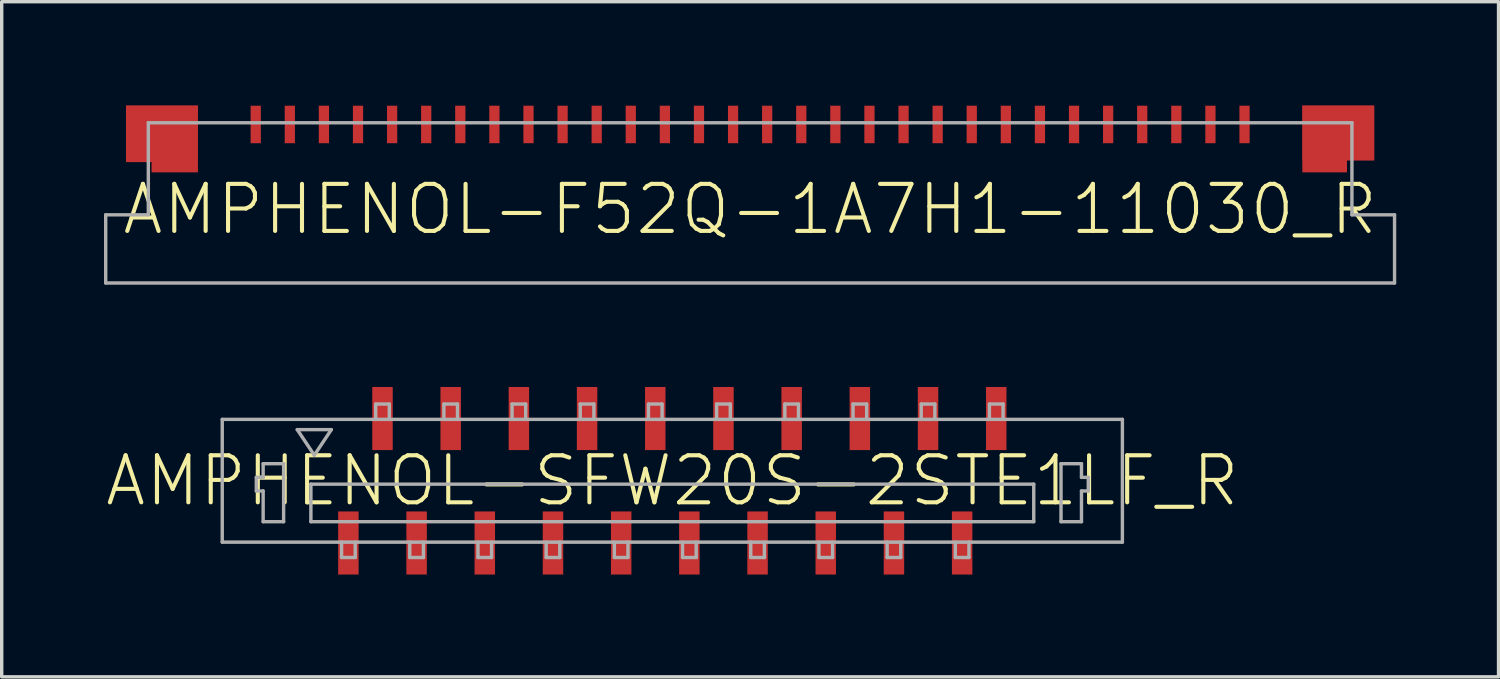
<source format=kicad_pcb>
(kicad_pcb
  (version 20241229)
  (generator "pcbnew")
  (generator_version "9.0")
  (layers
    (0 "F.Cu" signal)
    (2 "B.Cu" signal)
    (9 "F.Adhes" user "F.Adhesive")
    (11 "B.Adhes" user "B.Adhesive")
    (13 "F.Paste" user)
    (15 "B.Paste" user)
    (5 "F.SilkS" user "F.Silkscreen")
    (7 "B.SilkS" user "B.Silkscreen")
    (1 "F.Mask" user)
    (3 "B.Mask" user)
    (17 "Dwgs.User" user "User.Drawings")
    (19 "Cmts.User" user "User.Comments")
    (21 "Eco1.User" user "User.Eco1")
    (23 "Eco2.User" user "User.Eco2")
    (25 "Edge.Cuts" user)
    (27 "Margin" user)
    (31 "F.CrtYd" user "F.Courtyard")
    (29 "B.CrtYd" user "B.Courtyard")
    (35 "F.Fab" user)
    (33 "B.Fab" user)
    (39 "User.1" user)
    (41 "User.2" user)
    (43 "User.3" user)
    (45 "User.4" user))
  (footprint "AMPHENOL-SFW20S-2STE1LF_R"
    (layer "F.Cu")
    (at 16.668 11.05)
    (property "Reference" "AMPHENOL-SFW20S-2STE1LF_R" (at 0 0 0) (unlocked yes) (layer "F.SilkS") (effects (font (size 1.38 1.38) (thickness 0.12))))
    (fp_line (start -13.2 -1.8) (end -13.2 1.8) (stroke (width 0.1) (type solid)) (layer "F.Fab"))
    (fp_line (start -13.2 1.8) (end 13.2 1.8) (stroke (width 0.1) (type solid)) (layer "F.Fab"))
    (fp_line (start -12.2 -0.1) (end -12.2 0.3) (stroke (width 0.1) (type solid)) (layer "F.Fab"))
    (fp_line (start -12.2 0.3) (end -12 0.3) (stroke (width 0.1) (type solid)) (layer "F.Fab"))
    (fp_line (start -12 -0.5) (end -11.4 -0.5) (stroke (width 0.1) (type solid)) (layer "F.Fab"))
    (fp_line (start -12 -0.1) (end -12.2 -0.1) (stroke (width 0.1) (type solid)) (layer "F.Fab"))
    (fp_line (start -12 -0.1) (end -12 -0.5) (stroke (width 0.1) (type solid)) (layer "F.Fab"))
    (fp_line (start -12 1.2) (end -12 0.3) (stroke (width 0.1) (type solid)) (layer "F.Fab"))
    (fp_line (start -11.4 -0.5) (end -11.4 1.2) (stroke (width 0.1) (type solid)) (layer "F.Fab"))
    (fp_line (start -11.4 1.2) (end -12 1.2) (stroke (width 0.1) (type solid)) (layer "F.Fab"))
    (fp_line (start -11 -1.5) (end -10 -1.5) (stroke (width 0.1) (type solid)) (layer "F.Fab"))
    (fp_line (start -10.6 0.1) (end 10.6 0.1) (stroke (width 0.1) (type solid)) (layer "F.Fab"))
    (fp_line (start -10.6 1.2) (end -10.6 0.1) (stroke (width 0.1) (type solid)) (layer "F.Fab"))
    (fp_line (start -10.6 1.2) (end 10.6 1.2) (stroke (width 0.1) (type solid)) (layer "F.Fab"))
    (fp_line (start -10.5 -0.75) (end -11 -1.5) (stroke (width 0.1) (type solid)) (layer "F.Fab"))
    (fp_line (start -10 -1.5) (end -10.5 -0.75) (stroke (width 0.1) (type solid)) (layer "F.Fab"))
    (fp_line (start -9.7 1.8) (end -9.7 2.25) (stroke (width 0.1) (type solid)) (layer "F.Fab"))
    (fp_line (start -9.7 2.25) (end -9.3 2.25) (stroke (width 0.1) (type solid)) (layer "F.Fab"))
    (fp_line (start -9.3 1.8) (end -9.3 2.25) (stroke (width 0.1) (type solid)) (layer "F.Fab"))
    (fp_line (start -8.7 -1.8) (end -8.7 -2.25) (stroke (width 0.1) (type solid)) (layer "F.Fab"))
    (fp_line (start -8.3 -2.25) (end -8.7 -2.25) (stroke (width 0.1) (type solid)) (layer "F.Fab"))
    (fp_line (start -8.3 -1.8) (end -8.3 -2.25) (stroke (width 0.1) (type solid)) (layer "F.Fab"))
    (fp_line (start -7.7 1.8) (end -7.7 2.25) (stroke (width 0.1) (type solid)) (layer "F.Fab"))
    (fp_line (start -7.7 2.25) (end -7.3 2.25) (stroke (width 0.1) (type solid)) (layer "F.Fab"))
    (fp_line (start -7.3 1.8) (end -7.3 2.25) (stroke (width 0.1) (type solid)) (layer "F.Fab"))
    (fp_line (start -6.7 -1.8) (end -6.7 -2.25) (stroke (width 0.1) (type solid)) (layer "F.Fab"))
    (fp_line (start -6.3 -2.25) (end -6.7 -2.25) (stroke (width 0.1) (type solid)) (layer "F.Fab"))
    (fp_line (start -6.3 -1.8) (end -6.3 -2.25) (stroke (width 0.1) (type solid)) (layer "F.Fab"))
    (fp_line (start -5.7 1.8) (end -5.7 2.25) (stroke (width 0.1) (type solid)) (layer "F.Fab"))
    (fp_line (start -5.7 2.25) (end -5.3 2.25) (stroke (width 0.1) (type solid)) (layer "F.Fab"))
    (fp_line (start -5.3 1.8) (end -5.3 2.25) (stroke (width 0.1) (type solid)) (layer "F.Fab"))
    (fp_line (start -4.7 -1.8) (end -4.7 -2.25) (stroke (width 0.1) (type solid)) (layer "F.Fab"))
    (fp_line (start -4.3 -2.25) (end -4.7 -2.25) (stroke (width 0.1) (type solid)) (layer "F.Fab"))
    (fp_line (start -4.3 -1.8) (end -4.3 -2.25) (stroke (width 0.1) (type solid)) (layer "F.Fab"))
    (fp_line (start -3.7 1.8) (end -3.7 2.25) (stroke (width 0.1) (type solid)) (layer "F.Fab"))
    (fp_line (start -3.7 2.25) (end -3.3 2.25) (stroke (width 0.1) (type solid)) (layer "F.Fab"))
    (fp_line (start -3.3 1.8) (end -3.3 2.25) (stroke (width 0.1) (type solid)) (layer "F.Fab"))
    (fp_line (start -2.7 -1.8) (end -2.7 -2.25) (stroke (width 0.1) (type solid)) (layer "F.Fab"))
    (fp_line (start -2.3 -2.25) (end -2.7 -2.25) (stroke (width 0.1) (type solid)) (layer "F.Fab"))
    (fp_line (start -2.3 -1.8) (end -2.3 -2.25) (stroke (width 0.1) (type solid)) (layer "F.Fab"))
    (fp_line (start -1.7 1.8) (end -1.7 2.25) (stroke (width 0.1) (type solid)) (layer "F.Fab"))
    (fp_line (start -1.7 2.25) (end -1.3 2.25) (stroke (width 0.1) (type solid)) (layer "F.Fab"))
    (fp_line (start -1.3 1.8) (end -1.3 2.25) (stroke (width 0.1) (type solid)) (layer "F.Fab"))
    (fp_line (start -0.7 -1.8) (end -0.7 -2.25) (stroke (width 0.1) (type solid)) (layer "F.Fab"))
    (fp_line (start -0.3 -2.25) (end -0.7 -2.25) (stroke (width 0.1) (type solid)) (layer "F.Fab"))
    (fp_line (start -0.3 -1.8) (end -0.3 -2.25) (stroke (width 0.1) (type solid)) (layer "F.Fab"))
    (fp_line (start 0.3 1.8) (end 0.3 2.25) (stroke (width 0.1) (type solid)) (layer "F.Fab"))
    (fp_line (start 0.3 2.25) (end 0.7 2.25) (stroke (width 0.1) (type solid)) (layer "F.Fab"))
    (fp_line (start 0.7 1.8) (end 0.7 2.25) (stroke (width 0.1) (type solid)) (layer "F.Fab"))
    (fp_line (start 1.3 -1.8) (end 1.3 -2.25) (stroke (width 0.1) (type solid)) (layer "F.Fab"))
    (fp_line (start 1.7 -2.25) (end 1.3 -2.25) (stroke (width 0.1) (type solid)) (layer "F.Fab"))
    (fp_line (start 1.7 -1.8) (end 1.7 -2.25) (stroke (width 0.1) (type solid)) (layer "F.Fab"))
    (fp_line (start 2.3 1.8) (end 2.3 2.25) (stroke (width 0.1) (type solid)) (layer "F.Fab"))
    (fp_line (start 2.3 2.25) (end 2.7 2.25) (stroke (width 0.1) (type solid)) (layer "F.Fab"))
    (fp_line (start 2.7 1.8) (end 2.7 2.25) (stroke (width 0.1) (type solid)) (layer "F.Fab"))
    (fp_line (start 3.3 -1.8) (end 3.3 -2.25) (stroke (width 0.1) (type solid)) (layer "F.Fab"))
    (fp_line (start 3.7 -2.25) (end 3.3 -2.25) (stroke (width 0.1) (type solid)) (layer "F.Fab"))
    (fp_line (start 3.7 -1.8) (end 3.7 -2.25) (stroke (width 0.1) (type solid)) (layer "F.Fab"))
    (fp_line (start 4.3 1.8) (end 4.3 2.25) (stroke (width 0.1) (type solid)) (layer "F.Fab"))
    (fp_line (start 4.3 2.25) (end 4.7 2.25) (stroke (width 0.1) (type solid)) (layer "F.Fab"))
    (fp_line (start 4.7 1.8) (end 4.7 2.25) (stroke (width 0.1) (type solid)) (layer "F.Fab"))
    (fp_line (start 5.3 -1.8) (end 5.3 -2.25) (stroke (width 0.1) (type solid)) (layer "F.Fab"))
    (fp_line (start 5.7 -2.25) (end 5.3 -2.25) (stroke (width 0.1) (type solid)) (layer "F.Fab"))
    (fp_line (start 5.7 -1.8) (end 5.7 -2.25) (stroke (width 0.1) (type solid)) (layer "F.Fab"))
    (fp_line (start 6.3 1.8) (end 6.3 2.25) (stroke (width 0.1) (type solid)) (layer "F.Fab"))
    (fp_line (start 6.3 2.25) (end 6.7 2.25) (stroke (width 0.1) (type solid)) (layer "F.Fab"))
    (fp_line (start 6.7 1.8) (end 6.7 2.25) (stroke (width 0.1) (type solid)) (layer "F.Fab"))
    (fp_line (start 7.3 -1.8) (end 7.3 -2.25) (stroke (width 0.1) (type solid)) (layer "F.Fab"))
    (fp_line (start 7.7 -2.25) (end 7.3 -2.25) (stroke (width 0.1) (type solid)) (layer "F.Fab"))
    (fp_line (start 7.7 -1.8) (end 7.7 -2.25) (stroke (width 0.1) (type solid)) (layer "F.Fab"))
    (fp_line (start 8.3 1.8) (end 8.3 2.25) (stroke (width 0.1) (type solid)) (layer "F.Fab"))
    (fp_line (start 8.3 2.25) (end 8.7 2.25) (stroke (width 0.1) (type solid)) (layer "F.Fab"))
    (fp_line (start 8.7 1.8) (end 8.7 2.25) (stroke (width 0.1) (type solid)) (layer "F.Fab"))
    (fp_line (start 9.3 -1.8) (end 9.3 -2.25) (stroke (width 0.1) (type solid)) (layer "F.Fab"))
    (fp_line (start 9.7 -2.25) (end 9.3 -2.25) (stroke (width 0.1) (type solid)) (layer "F.Fab"))
    (fp_line (start 9.7 -1.8) (end 9.7 -2.25) (stroke (width 0.1) (type solid)) (layer "F.Fab"))
    (fp_line (start 10.6 1.2) (end 10.6 0.1) (stroke (width 0.1) (type solid)) (layer "F.Fab"))
    (fp_line (start 11.4 -0.5) (end 12 -0.5) (stroke (width 0.1) (type solid)) (layer "F.Fab"))
    (fp_line (start 11.4 1.2) (end 11.4 -0.5) (stroke (width 0.1) (type solid)) (layer "F.Fab"))
    (fp_line (start 12 -0.5) (end 12 -0.1) (stroke (width 0.1) (type solid)) (layer "F.Fab"))
    (fp_line (start 12 0.3) (end 12 1.2) (stroke (width 0.1) (type solid)) (layer "F.Fab"))
    (fp_line (start 12 0.3) (end 12.2 0.3) (stroke (width 0.1) (type solid)) (layer "F.Fab"))
    (fp_line (start 12 1.2) (end 11.4 1.2) (stroke (width 0.1) (type solid)) (layer "F.Fab"))
    (fp_line (start 12.2 -0.1) (end 12 -0.1) (stroke (width 0.1) (type solid)) (layer "F.Fab"))
    (fp_line (start 12.2 0.3) (end 12.2 -0.1) (stroke (width 0.1) (type solid)) (layer "F.Fab"))
    (fp_line (start 13.2 -1.8) (end -13.2 -1.8) (stroke (width 0.1) (type solid)) (layer "F.Fab"))
    (fp_line (start 13.2 1.8) (end 13.2 -1.8) (stroke (width 0.1) (type solid)) (layer "F.Fab"))
    (pad "1" smd rect (at -9.5 1.825 180) (size 0.6 1.85) (layers "F.Cu" "F.Mask" "F.Paste"))
    (pad "2" smd rect (at -8.5 -1.825) (size 0.6 1.85) (layers "F.Cu" "F.Mask" "F.Paste"))
    (pad "3" smd rect (at -7.5 1.825 180) (size 0.6 1.85) (layers "F.Cu" "F.Mask" "F.Paste"))
    (pad "4" smd rect (at -6.5 -1.825) (size 0.6 1.85) (layers "F.Cu" "F.Mask" "F.Paste"))
    (pad "5" smd rect (at -5.5 1.825 180) (size 0.6 1.85) (layers "F.Cu" "F.Mask" "F.Paste"))
    (pad "6" smd rect (at -4.5 -1.825) (size 0.6 1.85) (layers "F.Cu" "F.Mask" "F.Paste"))
    (pad "7" smd rect (at -3.5 1.825 180) (size 0.6 1.85) (layers "F.Cu" "F.Mask" "F.Paste"))
    (pad "8" smd rect (at -2.5 -1.825) (size 0.6 1.85) (layers "F.Cu" "F.Mask" "F.Paste"))
    (pad "9" smd rect (at -1.5 1.825 180) (size 0.6 1.85) (layers "F.Cu" "F.Mask" "F.Paste"))
    (pad "10" smd rect (at -0.5 -1.825) (size 0.6 1.85) (layers "F.Cu" "F.Mask" "F.Paste"))
    (pad "11" smd rect (at 0.5 1.825 180) (size 0.6 1.85) (layers "F.Cu" "F.Mask" "F.Paste"))
    (pad "12" smd rect (at 1.5 -1.825) (size 0.6 1.85) (layers "F.Cu" "F.Mask" "F.Paste"))
    (pad "13" smd rect (at 2.5 1.825 180) (size 0.6 1.85) (layers "F.Cu" "F.Mask" "F.Paste"))
    (pad "14" smd rect (at 3.5 -1.825) (size 0.6 1.85) (layers "F.Cu" "F.Mask" "F.Paste"))
    (pad "15" smd rect (at 4.5 1.825 180) (size 0.6 1.85) (layers "F.Cu" "F.Mask" "F.Paste"))
    (pad "16" smd rect (at 5.5 -1.825) (size 0.6 1.85) (layers "F.Cu" "F.Mask" "F.Paste"))
    (pad "17" smd rect (at 6.5 1.825 180) (size 0.6 1.85) (layers "F.Cu" "F.Mask" "F.Paste"))
    (pad "18" smd rect (at 7.5 -1.825) (size 0.6 1.85) (layers "F.Cu" "F.Mask" "F.Paste"))
    (pad "19" smd rect (at 8.5 1.825 180) (size 0.6 1.85) (layers "F.Cu" "F.Mask" "F.Paste"))
    (pad "20" smd rect (at 9.5 -1.825) (size 0.6 1.85) (layers "F.Cu" "F.Mask" "F.Paste")))
  (footprint "AMPHENOL-F52Q-1A7H1-11030_R"
    (layer "F.Cu")
    (at 18.95 0.55)
    (property "Reference" "AMPHENOL-F52Q-1A7H1-11030_R" (at 0 2.54 0) (unlocked yes) (layer "F.SilkS") (effects (font (size 1.38 1.38) (thickness 0.12))))
    (fp_poly (pts (xy -16.195 1.455) (xy -17.555 1.455) (xy -17.555 1.155) (xy -18.305 1.155) (xy -18.305 -0.505) (xy -16.195 -0.505)) (stroke (width 0) (type default)) (fill yes) (layer "F.Cu"))
    (fp_poly (pts (xy 18.305 1.105) (xy 17.505 1.105) (xy 17.505 1.455) (xy 16.195 1.455) (xy 16.195 -0.505) (xy 18.305 -0.505)) (stroke (width 0) (type default)) (fill yes) (layer "F.Cu"))
    (fp_poly (pts (xy -16.15 1.5) (xy -17.6 1.5) (xy -17.6 1.2) (xy -18.35 1.2) (xy -18.35 -0.55) (xy -16.15 -0.55)) (stroke (width 0) (type default)) (fill yes) (layer "F.Mask"))
    (fp_poly (pts (xy 18.35 1.15) (xy 17.55 1.15) (xy 17.55 1.5) (xy 16.15 1.5) (xy 16.15 -0.55) (xy 18.35 -0.55)) (stroke (width 0) (type default)) (fill yes) (layer "F.Mask"))
    (fp_poly (pts (xy -16.195 1.455) (xy -17.555 1.455) (xy -17.555 1.155) (xy -18.305 1.155) (xy -18.305 -0.505) (xy -16.195 -0.505)) (stroke (width 0) (type default)) (fill yes) (layer "F.Paste"))
    (fp_poly (pts (xy 18.305 1.105) (xy 17.505 1.105) (xy 17.505 1.455) (xy 16.195 1.455) (xy 16.195 -0.505) (xy 18.305 -0.505)) (stroke (width 0) (type default)) (fill yes) (layer "F.Paste"))
    (fp_line (start -18.9 2.7) (end -18.9 4.7) (stroke (width 0.1) (type solid)) (layer "F.Fab"))
    (fp_line (start -18.9 2.7) (end -17.65 2.7) (stroke (width 0.1) (type solid)) (layer "F.Fab"))
    (fp_line (start -18.9 4.7) (end 18.9 4.7) (stroke (width 0.1) (type solid)) (layer "F.Fab"))
    (fp_line (start -17.65 0) (end -17.65 2.7) (stroke (width 0.1) (type solid)) (layer "F.Fab"))
    (fp_line (start -17.65 0) (end 17.65 0) (stroke (width 0.1) (type solid)) (layer "F.Fab"))
    (fp_line (start 17.65 2.7) (end 17.65 0) (stroke (width 0.1) (type solid)) (layer "F.Fab"))
    (fp_line (start 17.65 2.7) (end 18.9 2.7) (stroke (width 0.1) (type solid)) (layer "F.Fab"))
    (fp_line (start 18.9 4.7) (end 18.9 2.7) (stroke (width 0.1) (type solid)) (layer "F.Fab"))
    (pad "1" smd rect (at -14.5 0.05) (size 0.3 1.1) (layers "F.Cu" "F.Mask" "F.Paste"))
    (pad "2" smd rect (at -13.5 0.05) (size 0.3 1.1) (layers "F.Cu" "F.Mask" "F.Paste"))
    (pad "3" smd rect (at -12.5 0.05) (size 0.3 1.1) (layers "F.Cu" "F.Mask" "F.Paste"))
    (pad "4" smd rect (at -11.5 0.05) (size 0.3 1.1) (layers "F.Cu" "F.Mask" "F.Paste"))
    (pad "5" smd rect (at -10.5 0.05) (size 0.3 1.1) (layers "F.Cu" "F.Mask" "F.Paste"))
    (pad "6" smd rect (at -9.5 0.05) (size 0.3 1.1) (layers "F.Cu" "F.Mask" "F.Paste"))
    (pad "7" smd rect (at -8.5 0.05) (size 0.3 1.1) (layers "F.Cu" "F.Mask" "F.Paste"))
    (pad "8" smd rect (at -7.5 0.05) (size 0.3 1.1) (layers "F.Cu" "F.Mask" "F.Paste"))
    (pad "9" smd rect (at -6.5 0.05) (size 0.3 1.1) (layers "F.Cu" "F.Mask" "F.Paste"))
    (pad "10" smd rect (at -5.5 0.05) (size 0.3 1.1) (layers "F.Cu" "F.Mask" "F.Paste"))
    (pad "11" smd rect (at -4.5 0.05) (size 0.3 1.1) (layers "F.Cu" "F.Mask" "F.Paste"))
    (pad "12" smd rect (at -3.5 0.05) (size 0.3 1.1) (layers "F.Cu" "F.Mask" "F.Paste"))
    (pad "13" smd rect (at -2.5 0.05) (size 0.3 1.1) (layers "F.Cu" "F.Mask" "F.Paste"))
    (pad "14" smd rect (at -1.5 0.05) (size 0.3 1.1) (layers "F.Cu" "F.Mask" "F.Paste"))
    (pad "15" smd rect (at -0.5 0.05) (size 0.3 1.1) (layers "F.Cu" "F.Mask" "F.Paste"))
    (pad "16" smd rect (at 0.5 0.05) (size 0.3 1.1) (layers "F.Cu" "F.Mask" "F.Paste"))
    (pad "17" smd rect (at 1.5 0.05) (size 0.3 1.1) (layers "F.Cu" "F.Mask" "F.Paste"))
    (pad "18" smd rect (at 2.5 0.05) (size 0.3 1.1) (layers "F.Cu" "F.Mask" "F.Paste"))
    (pad "19" smd rect (at 3.5 0.05) (size 0.3 1.1) (layers "F.Cu" "F.Mask" "F.Paste"))
    (pad "20" smd rect (at 4.5 0.05) (size 0.3 1.1) (layers "F.Cu" "F.Mask" "F.Paste"))
    (pad "21" smd rect (at 5.5 0.05) (size 0.3 1.1) (layers "F.Cu" "F.Mask" "F.Paste"))
    (pad "22" smd rect (at 6.5 0.05) (size 0.3 1.1) (layers "F.Cu" "F.Mask" "F.Paste"))
    (pad "23" smd rect (at 7.5 0.05) (size 0.3 1.1) (layers "F.Cu" "F.Mask" "F.Paste"))
    (pad "24" smd rect (at 8.5 0.05) (size 0.3 1.1) (layers "F.Cu" "F.Mask" "F.Paste"))
    (pad "25" smd rect (at 9.5 0.05) (size 0.3 1.1) (layers "F.Cu" "F.Mask" "F.Paste"))
    (pad "26" smd rect (at 10.5 0.05) (size 0.3 1.1) (layers "F.Cu" "F.Mask" "F.Paste"))
    (pad "27" smd rect (at 11.5 0.05) (size 0.3 1.1) (layers "F.Cu" "F.Mask" "F.Paste"))
    (pad "28" smd rect (at 12.5 0.05) (size 0.3 1.1) (layers "F.Cu" "F.Mask" "F.Paste"))
    (pad "29" smd rect (at 13.5 0.05) (size 0.3 1.1) (layers "F.Cu" "F.Mask" "F.Paste"))
    (pad "30" smd rect (at 14.5 0.05) (size 0.3 1.1) (layers "F.Cu" "F.Mask" "F.Paste"))
    (pad "S1" smd rect (at -17.25 0.3) (size 2.1 1.6) (layers "F.Cu"))
    (pad "S2" smd rect (at 17.25 0.3) (size 2.1 1.6) (layers "F.Cu")))
  (gr_rect
    (start -3 -3)
    (end 40.9 16.8)
    (stroke (width 0.1) (type default))
    (fill no)
    (layer "Edge.Cuts")))
</source>
